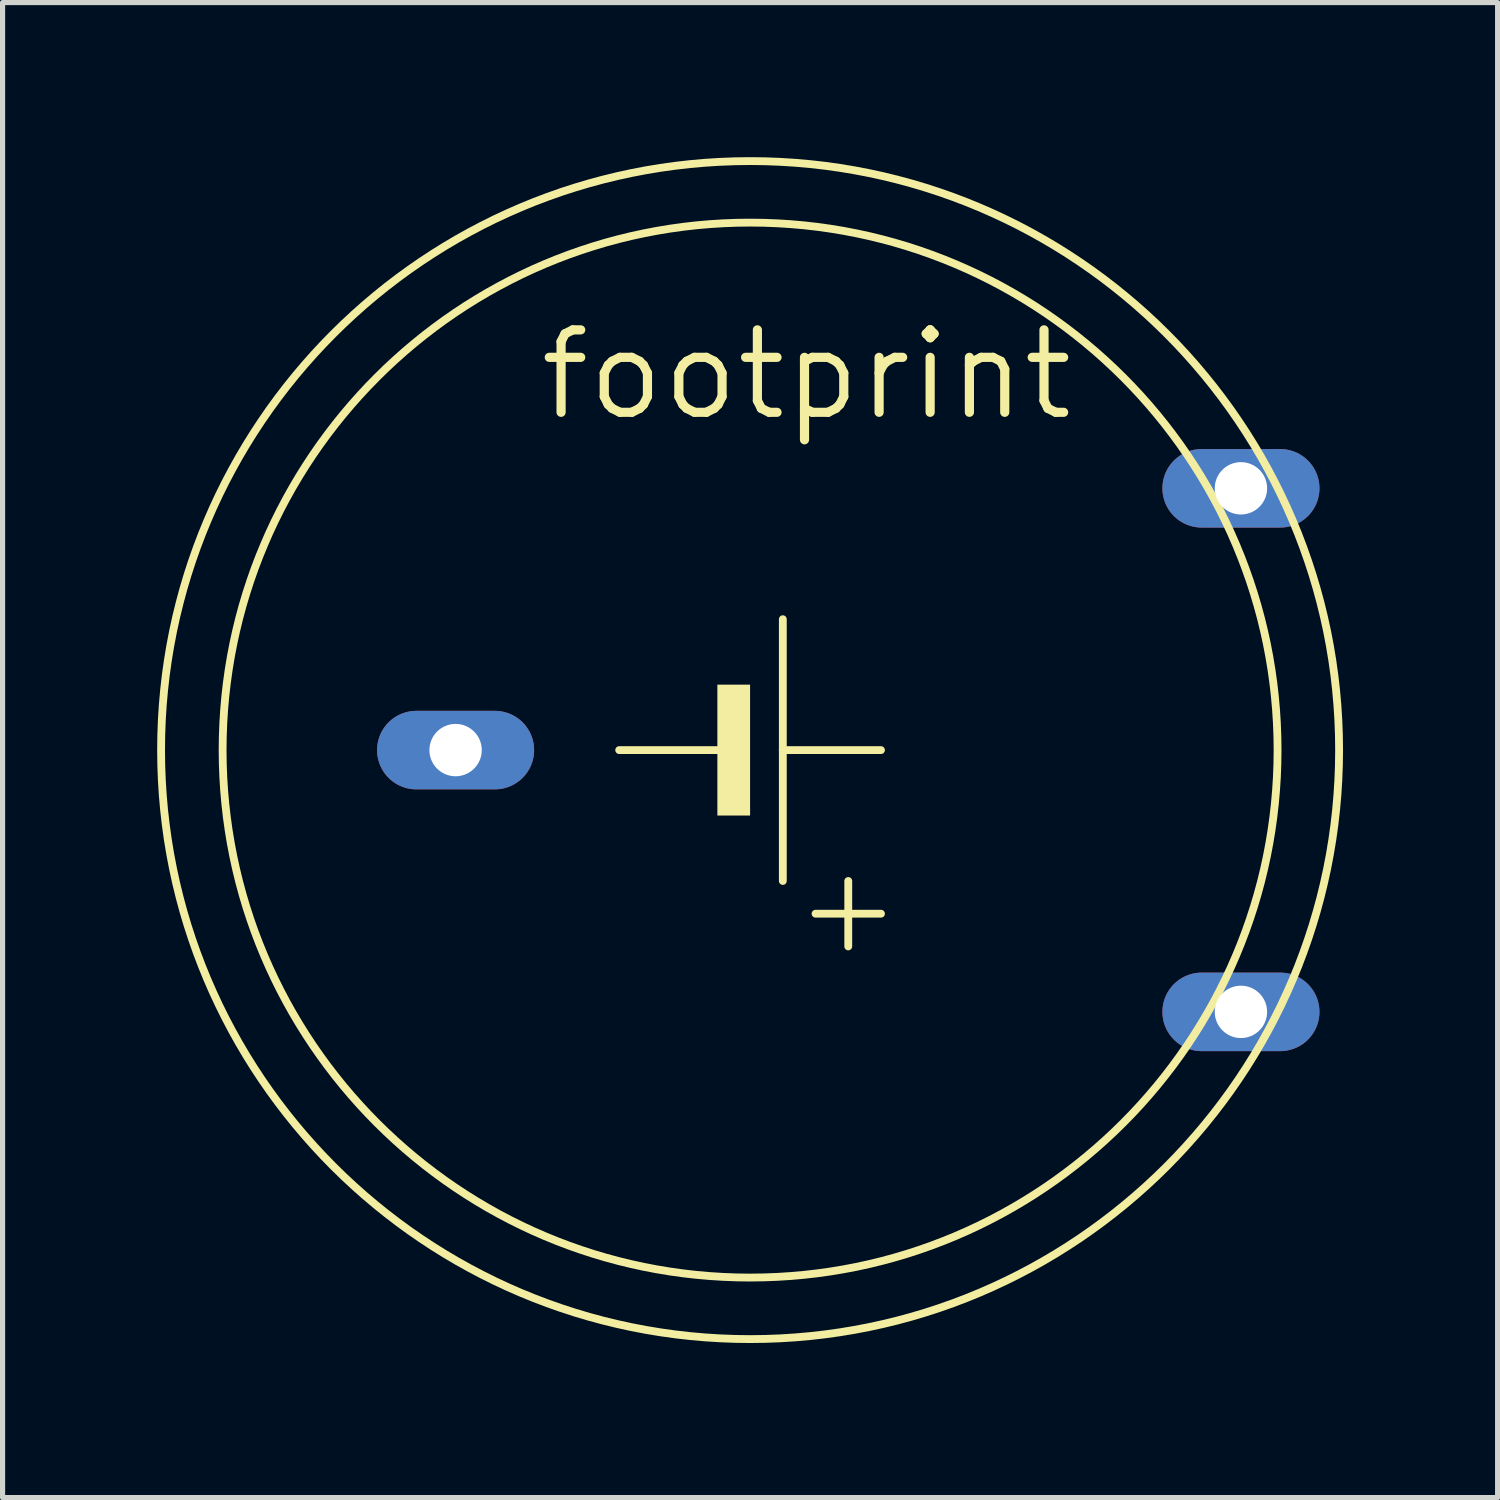
<source format=kicad_pcb>
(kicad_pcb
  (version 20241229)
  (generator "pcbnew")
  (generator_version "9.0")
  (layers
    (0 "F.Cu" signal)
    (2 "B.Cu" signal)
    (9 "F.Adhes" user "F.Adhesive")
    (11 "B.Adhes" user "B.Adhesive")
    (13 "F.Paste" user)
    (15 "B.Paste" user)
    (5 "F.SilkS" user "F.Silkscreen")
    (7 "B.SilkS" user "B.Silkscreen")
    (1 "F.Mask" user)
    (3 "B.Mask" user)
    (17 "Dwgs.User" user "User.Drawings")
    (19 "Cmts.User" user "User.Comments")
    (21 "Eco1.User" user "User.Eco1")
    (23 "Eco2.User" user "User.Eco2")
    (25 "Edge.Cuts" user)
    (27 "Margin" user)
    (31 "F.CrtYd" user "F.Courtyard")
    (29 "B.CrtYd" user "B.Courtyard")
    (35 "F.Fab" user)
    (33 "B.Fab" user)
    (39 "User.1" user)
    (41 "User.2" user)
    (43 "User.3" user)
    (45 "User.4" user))
  (footprint "footprint"
    (layer "F.Cu")
    (at 11.506 11.506)
    (property "Reference" "footprint" (at -4.166 -6.35 0) (layer "F.SilkS") (effects (font (size 1.6 1.6) (thickness 0.178)) (justify left bottom)))
    (fp_line (start -2.54 0) (end -0.635 0) (stroke (width 0.152) (type solid)) (layer "F.SilkS"))
    (fp_line (start 0.635 -2.54) (end 0.635 0) (stroke (width 0.152) (type solid)) (layer "F.SilkS"))
    (fp_line (start 0.635 0) (end 0.635 2.54) (stroke (width 0.152) (type solid)) (layer "F.SilkS"))
    (fp_line (start 0.635 0) (end 2.54 0) (stroke (width 0.152) (type solid)) (layer "F.SilkS"))
    (fp_line (start 1.27 3.175) (end 2.54 3.175) (stroke (width 0.152) (type solid)) (layer "F.SilkS"))
    (fp_line (start 1.905 2.54) (end 1.905 3.81) (stroke (width 0.152) (type solid)) (layer "F.SilkS"))
    (fp_circle (center 0 0) (end 10.236 0) (stroke (width 0.152) (type solid)) (fill no) (layer "F.SilkS"))
    (fp_circle (center 0 0) (end 11.43 0) (stroke (width 0.152) (type solid)) (fill no) (layer "F.SilkS"))
    (fp_poly (pts (xy -0.635 1.27) (xy 0 1.27) (xy 0 -1.27) (xy -0.635 -1.27)) (stroke (width 0) (type solid)) (fill yes) (layer "F.SilkS"))
    (pad "+" thru_hole oval (at 9.525 5.08) (size 3.048 1.524) (drill 1.016) (layers "*.Cu" "*.Mask"))
    (pad "+@1" thru_hole oval (at 9.525 -5.08) (size 3.048 1.524) (drill 1.016) (layers "*.Cu" "*.Mask"))
    (pad "-" thru_hole oval (at -5.715 0) (size 3.048 1.524) (drill 1.016) (layers "*.Cu" "*.Mask")))
  (gr_rect
    (start -3 -3)
    (end 26.012 26.012)
    (stroke (width 0.1) (type default))
    (fill no)
    (layer "Edge.Cuts")))
</source>
